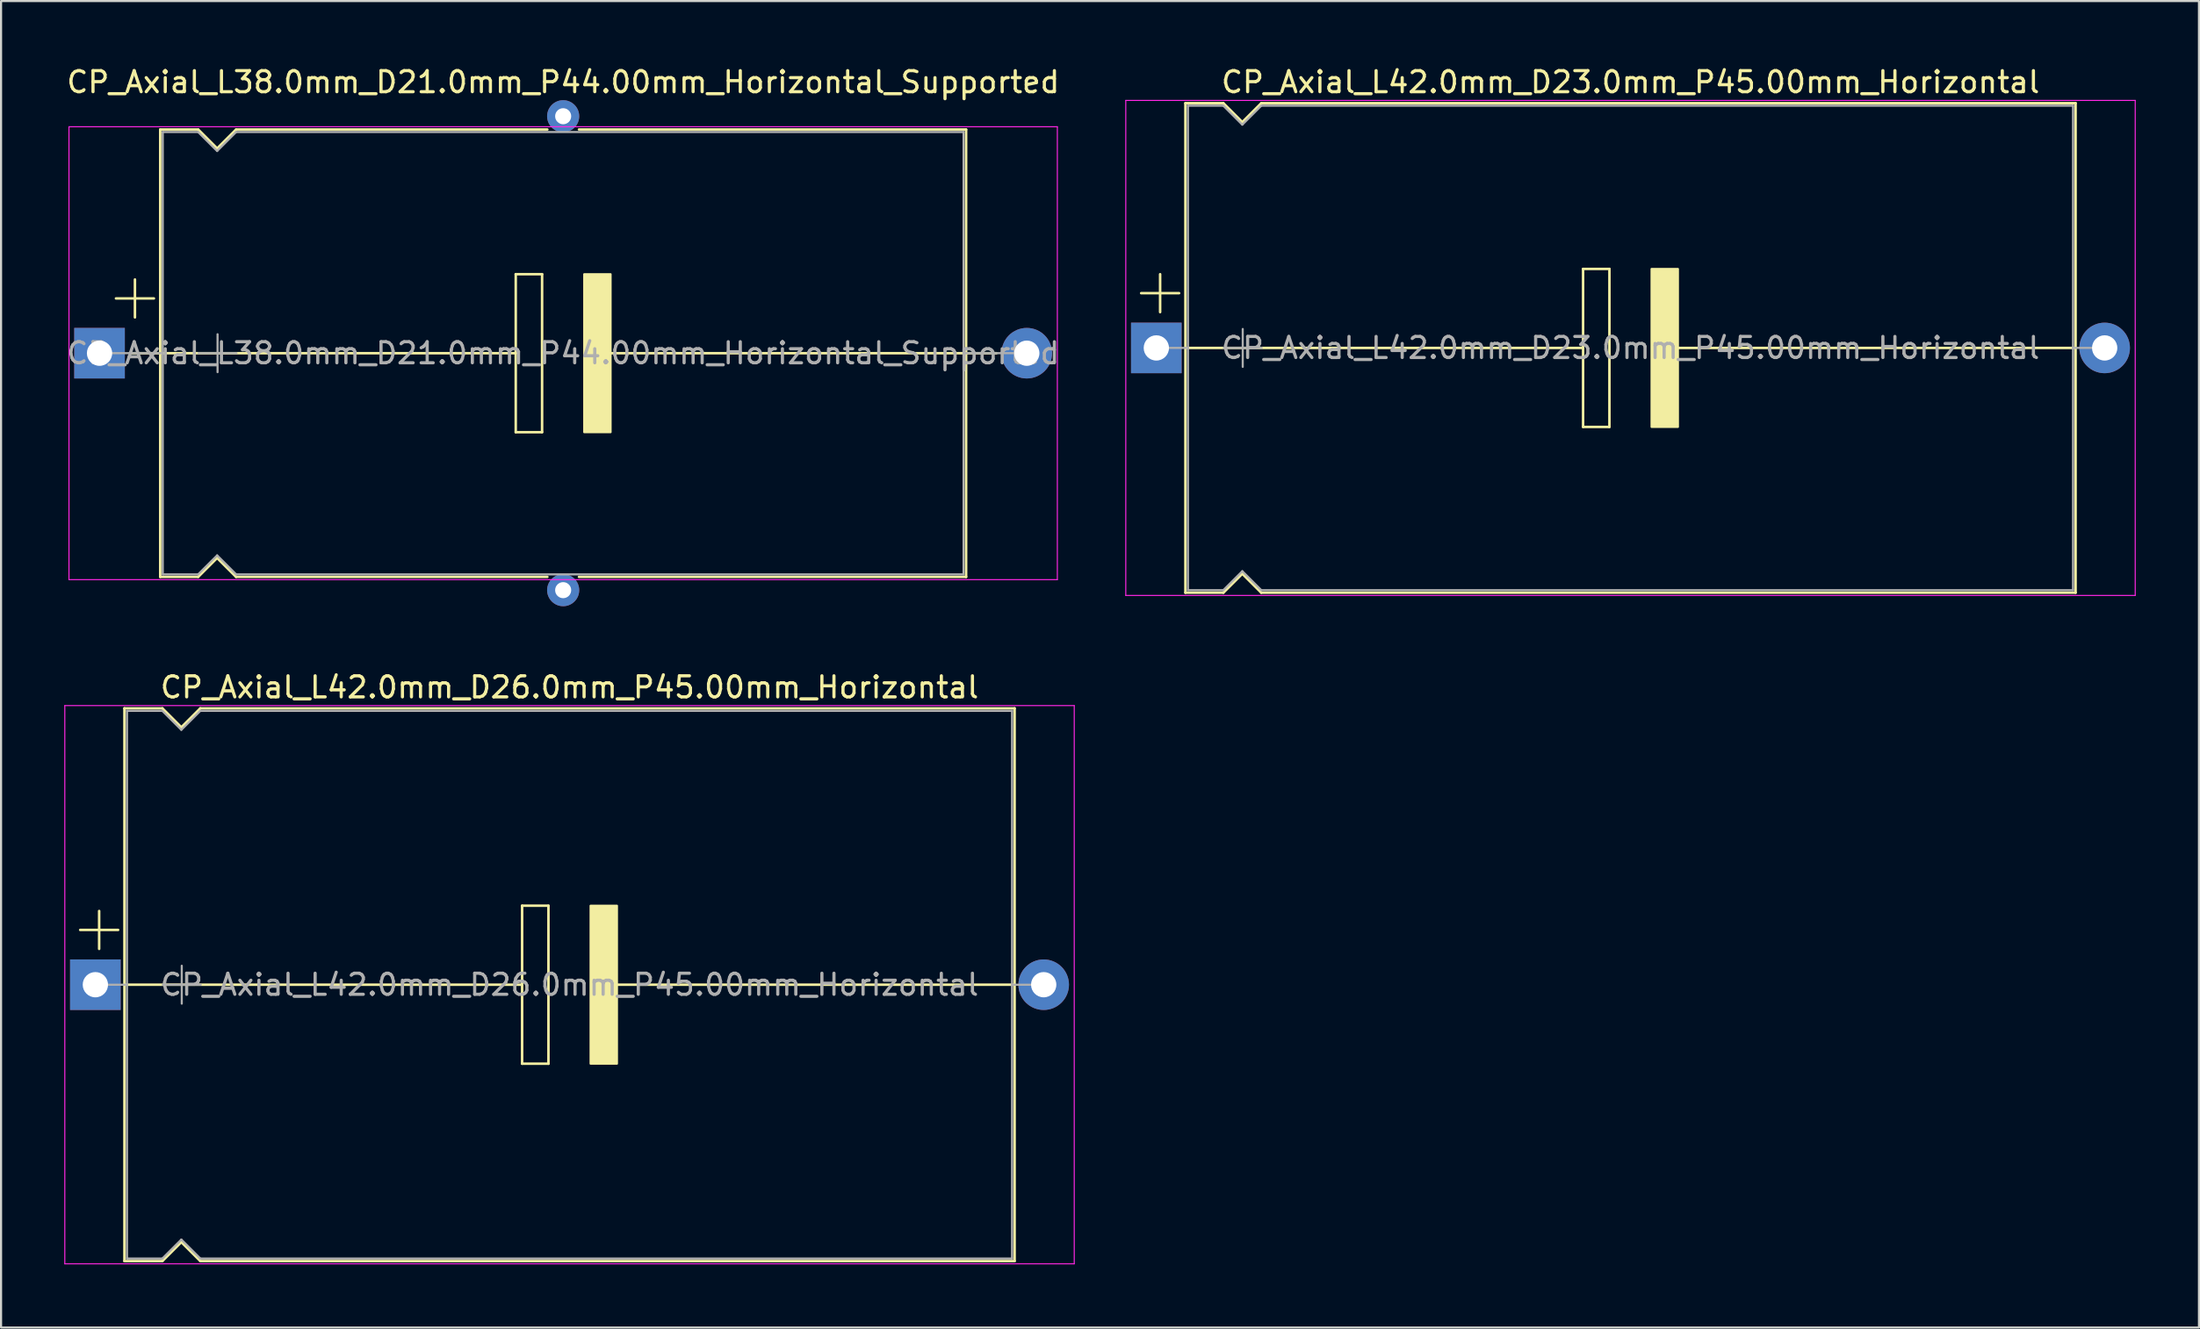
<source format=kicad_pcb>
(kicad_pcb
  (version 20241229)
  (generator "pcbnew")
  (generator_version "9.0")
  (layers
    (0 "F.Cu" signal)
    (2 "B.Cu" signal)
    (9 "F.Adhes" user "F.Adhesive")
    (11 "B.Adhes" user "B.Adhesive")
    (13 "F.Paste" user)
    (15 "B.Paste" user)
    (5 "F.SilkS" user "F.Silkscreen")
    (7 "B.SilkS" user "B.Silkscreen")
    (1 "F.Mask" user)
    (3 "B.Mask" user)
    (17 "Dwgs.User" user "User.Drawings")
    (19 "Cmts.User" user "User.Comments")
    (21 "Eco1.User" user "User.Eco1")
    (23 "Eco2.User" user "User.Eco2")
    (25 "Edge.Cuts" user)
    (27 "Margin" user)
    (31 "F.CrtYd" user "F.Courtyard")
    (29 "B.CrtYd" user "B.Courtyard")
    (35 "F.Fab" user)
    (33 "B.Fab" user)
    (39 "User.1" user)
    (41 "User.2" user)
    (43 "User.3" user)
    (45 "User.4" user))
  (footprint "CP_Axial_L38.0mm_D21.0mm_P44.00mm_Horizontal_Supported"
    (layer "F.Cu")
    (at 1.673 13.718)
    (property "Reference" "CP_Axial_L38.0mm_D21.0mm_P44.00mm_Horizontal_Supported" (at 22 -12.87 0) (layer "F.SilkS") (effects (font (size 1 1) (thickness 0.15))))
    (attr through_hole)
    (fp_line (start 0.78 -2.6) (end 2.58 -2.6) (stroke (width 0.12) (type solid)) (layer "F.SilkS"))
    (fp_line (start 1.44 0) (end 2.88 0) (stroke (width 0.12) (type solid)) (layer "F.SilkS"))
    (fp_line (start 1.68 -3.5) (end 1.68 -1.7) (stroke (width 0.12) (type solid)) (layer "F.SilkS"))
    (fp_line (start 2.88 -10.62) (end 2.88 10.62) (stroke (width 0.12) (type solid)) (layer "F.SilkS"))
    (fp_line (start 2.88 -10.62) (end 4.68 -10.62) (stroke (width 0.12) (type solid)) (layer "F.SilkS"))
    (fp_line (start 2.88 0) (end 19.75 0) (stroke (width 0.12) (type solid)) (layer "F.SilkS"))
    (fp_line (start 2.88 10.62) (end 4.68 10.62) (stroke (width 0.12) (type solid)) (layer "F.SilkS"))
    (fp_line (start 4.68 -10.62) (end 5.58 -9.72) (stroke (width 0.12) (type solid)) (layer "F.SilkS"))
    (fp_line (start 4.68 10.62) (end 5.58 9.72) (stroke (width 0.12) (type solid)) (layer "F.SilkS"))
    (fp_line (start 5.58 -9.72) (end 6.48 -10.62) (stroke (width 0.12) (type solid)) (layer "F.SilkS"))
    (fp_line (start 5.58 9.72) (end 6.48 10.62) (stroke (width 0.12) (type solid)) (layer "F.SilkS"))
    (fp_line (start 6.48 -10.62) (end 21.25 -10.62) (stroke (width 0.12) (type solid)) (layer "F.SilkS"))
    (fp_line (start 6.48 10.62) (end 21.25 10.62) (stroke (width 0.12) (type solid)) (layer "F.SilkS"))
    (fp_line (start 19.75 -3.75) (end 21 -3.75) (stroke (width 0.12) (type solid)) (layer "F.SilkS"))
    (fp_line (start 19.75 0) (end 19.75 -3.75) (stroke (width 0.12) (type solid)) (layer "F.SilkS"))
    (fp_line (start 19.75 3.75) (end 19.75 0) (stroke (width 0.12) (type solid)) (layer "F.SilkS"))
    (fp_line (start 21 -3.75) (end 21 3.75) (stroke (width 0.12) (type solid)) (layer "F.SilkS"))
    (fp_line (start 21 3.75) (end 19.75 3.75) (stroke (width 0.12) (type solid)) (layer "F.SilkS"))
    (fp_line (start 22.75 -10.62) (end 41.12 -10.62) (stroke (width 0.12) (type solid)) (layer "F.SilkS"))
    (fp_line (start 22.75 10.62) (end 41.12 10.62) (stroke (width 0.12) (type solid)) (layer "F.SilkS"))
    (fp_line (start 24.25 0) (end 41.12 0) (stroke (width 0.12) (type solid)) (layer "F.SilkS"))
    (fp_line (start 41.12 -10.62) (end 41.12 10.62) (stroke (width 0.12) (type solid)) (layer "F.SilkS"))
    (fp_line (start 42.56 0) (end 41.12 0) (stroke (width 0.12) (type solid)) (layer "F.SilkS"))
    (fp_poly (pts (xy 24.25 3.75) (xy 23 3.75) (xy 23 -3.75) (xy 24.25 -3.75)) (stroke (width 0.1) (type solid)) (fill yes) (layer "F.SilkS"))
    (fp_line (start -1.45 -10.75) (end -1.45 10.75) (stroke (width 0.05) (type solid)) (layer "F.CrtYd"))
    (fp_line (start -1.45 10.75) (end 45.45 10.75) (stroke (width 0.05) (type solid)) (layer "F.CrtYd"))
    (fp_line (start 45.45 -10.75) (end -1.45 -10.75) (stroke (width 0.05) (type solid)) (layer "F.CrtYd"))
    (fp_line (start 45.45 10.75) (end 45.45 -10.75) (stroke (width 0.05) (type solid)) (layer "F.CrtYd"))
    (fp_line (start 0 0) (end 3 0) (stroke (width 0.1) (type solid)) (layer "F.Fab"))
    (fp_line (start 3 -10.5) (end 3 10.5) (stroke (width 0.1) (type solid)) (layer "F.Fab"))
    (fp_line (start 3 -10.5) (end 4.68 -10.5) (stroke (width 0.1) (type solid)) (layer "F.Fab"))
    (fp_line (start 3 10.5) (end 4.68 10.5) (stroke (width 0.1) (type solid)) (layer "F.Fab"))
    (fp_line (start 4.68 -10.5) (end 5.58 -9.6) (stroke (width 0.1) (type solid)) (layer "F.Fab"))
    (fp_line (start 4.68 10.5) (end 5.58 9.6) (stroke (width 0.1) (type solid)) (layer "F.Fab"))
    (fp_line (start 4.7 0) (end 6.5 0) (stroke (width 0.1) (type solid)) (layer "F.Fab"))
    (fp_line (start 5.58 -9.6) (end 6.48 -10.5) (stroke (width 0.1) (type solid)) (layer "F.Fab"))
    (fp_line (start 5.58 9.6) (end 6.48 10.5) (stroke (width 0.1) (type solid)) (layer "F.Fab"))
    (fp_line (start 5.6 -0.9) (end 5.6 0.9) (stroke (width 0.1) (type solid)) (layer "F.Fab"))
    (fp_line (start 6.48 -10.5) (end 41 -10.5) (stroke (width 0.1) (type solid)) (layer "F.Fab"))
    (fp_line (start 6.48 10.5) (end 41 10.5) (stroke (width 0.1) (type solid)) (layer "F.Fab"))
    (fp_line (start 41 -10.5) (end 41 10.5) (stroke (width 0.1) (type solid)) (layer "F.Fab"))
    (fp_line (start 44 0) (end 41 0) (stroke (width 0.1) (type solid)) (layer "F.Fab"))
    (fp_text user "${REFERENCE}" (at 22 0 0) (layer "F.Fab") (effects (font (size 1 1) (thickness 0.15))))
    (pad "" thru_hole circle (at 22 -11.25) (size 1.524 1.524) (drill 0.762) (layers "*.Cu" "*.Mask"))
    (pad "" thru_hole circle (at 22 11.25) (size 1.524 1.524) (drill 0.762) (layers "*.Cu" "*.Mask"))
    (pad "1" thru_hole rect (at 0 0) (size 2.4 2.4) (drill 1.2) (layers "*.Cu" "*.Mask"))
    (pad "2" thru_hole oval (at 44 0) (size 2.4 2.4) (drill 1.2) (layers "*.Cu" "*.Mask")))
  (footprint "CP_Axial_L42.0mm_D26.0mm_P45.00mm_Horizontal"
    (layer "F.Cu")
    (at 1.475 43.699)
    (property "Reference" "CP_Axial_L42.0mm_D26.0mm_P45.00mm_Horizontal" (at 22.5 -14.12 0) (layer "F.SilkS") (effects (font (size 1 1) (thickness 0.15))))
    (attr through_hole)
    (fp_line (start -0.72 -2.6) (end 1.08 -2.6) (stroke (width 0.12) (type solid)) (layer "F.SilkS"))
    (fp_line (start 0.18 -3.5) (end 0.18 -1.7) (stroke (width 0.12) (type solid)) (layer "F.SilkS"))
    (fp_line (start 1.38 -13.12) (end 1.38 13.12) (stroke (width 0.12) (type solid)) (layer "F.SilkS"))
    (fp_line (start 1.38 -13.12) (end 3.18 -13.12) (stroke (width 0.12) (type solid)) (layer "F.SilkS"))
    (fp_line (start 1.38 13.12) (end 3.18 13.12) (stroke (width 0.12) (type solid)) (layer "F.SilkS"))
    (fp_line (start 1.397 0) (end 20.25 0) (stroke (width 0.12) (type solid)) (layer "F.SilkS"))
    (fp_line (start 3.18 -13.12) (end 4.08 -12.22) (stroke (width 0.12) (type solid)) (layer "F.SilkS"))
    (fp_line (start 3.18 13.12) (end 4.08 12.22) (stroke (width 0.12) (type solid)) (layer "F.SilkS"))
    (fp_line (start 4.08 -12.22) (end 4.98 -13.12) (stroke (width 0.12) (type solid)) (layer "F.SilkS"))
    (fp_line (start 4.08 12.22) (end 4.98 13.12) (stroke (width 0.12) (type solid)) (layer "F.SilkS"))
    (fp_line (start 4.98 -13.12) (end 43.62 -13.12) (stroke (width 0.12) (type solid)) (layer "F.SilkS"))
    (fp_line (start 4.98 13.12) (end 43.62 13.12) (stroke (width 0.12) (type solid)) (layer "F.SilkS"))
    (fp_line (start 20.25 -3.75) (end 21.5 -3.75) (stroke (width 0.12) (type solid)) (layer "F.SilkS"))
    (fp_line (start 20.25 0) (end 20.25 -3.75) (stroke (width 0.12) (type solid)) (layer "F.SilkS"))
    (fp_line (start 20.25 3.75) (end 20.25 0) (stroke (width 0.12) (type solid)) (layer "F.SilkS"))
    (fp_line (start 21.5 -3.75) (end 21.5 3.75) (stroke (width 0.12) (type solid)) (layer "F.SilkS"))
    (fp_line (start 21.5 3.75) (end 20.25 3.75) (stroke (width 0.12) (type solid)) (layer "F.SilkS"))
    (fp_line (start 24.75 0) (end 43.561 0) (stroke (width 0.12) (type solid)) (layer "F.SilkS"))
    (fp_line (start 43.62 -13.12) (end 43.62 13.12) (stroke (width 0.12) (type solid)) (layer "F.SilkS"))
    (fp_poly (pts (xy 24.75 3.75) (xy 23.5 3.75) (xy 23.5 -3.75) (xy 24.75 -3.75)) (stroke (width 0.1) (type solid)) (fill yes) (layer "F.SilkS"))
    (fp_line (start -1.45 -13.25) (end -1.45 13.25) (stroke (width 0.05) (type solid)) (layer "F.CrtYd"))
    (fp_line (start -1.45 13.25) (end 46.45 13.25) (stroke (width 0.05) (type solid)) (layer "F.CrtYd"))
    (fp_line (start 46.45 -13.25) (end -1.45 -13.25) (stroke (width 0.05) (type solid)) (layer "F.CrtYd"))
    (fp_line (start 46.45 13.25) (end 46.45 -13.25) (stroke (width 0.05) (type solid)) (layer "F.CrtYd"))
    (fp_line (start 0 0) (end 1.5 0) (stroke (width 0.1) (type solid)) (layer "F.Fab"))
    (fp_line (start 1.5 -13) (end 1.5 13) (stroke (width 0.1) (type solid)) (layer "F.Fab"))
    (fp_line (start 1.5 -13) (end 3.18 -13) (stroke (width 0.1) (type solid)) (layer "F.Fab"))
    (fp_line (start 1.5 13) (end 3.18 13) (stroke (width 0.1) (type solid)) (layer "F.Fab"))
    (fp_line (start 3.18 -13) (end 4.08 -12.1) (stroke (width 0.1) (type solid)) (layer "F.Fab"))
    (fp_line (start 3.18 13) (end 4.08 12.1) (stroke (width 0.1) (type solid)) (layer "F.Fab"))
    (fp_line (start 3.2 0) (end 5 0) (stroke (width 0.1) (type solid)) (layer "F.Fab"))
    (fp_line (start 4.08 -12.1) (end 4.98 -13) (stroke (width 0.1) (type solid)) (layer "F.Fab"))
    (fp_line (start 4.08 12.1) (end 4.98 13) (stroke (width 0.1) (type solid)) (layer "F.Fab"))
    (fp_line (start 4.1 -0.9) (end 4.1 0.9) (stroke (width 0.1) (type solid)) (layer "F.Fab"))
    (fp_line (start 4.98 -13) (end 43.5 -13) (stroke (width 0.1) (type solid)) (layer "F.Fab"))
    (fp_line (start 4.98 13) (end 43.5 13) (stroke (width 0.1) (type solid)) (layer "F.Fab"))
    (fp_line (start 43.5 -13) (end 43.5 13) (stroke (width 0.1) (type solid)) (layer "F.Fab"))
    (fp_line (start 45 0) (end 43.5 0) (stroke (width 0.1) (type solid)) (layer "F.Fab"))
    (fp_text user "${REFERENCE}" (at 22.5 0 0) (layer "F.Fab") (effects (font (size 1 1) (thickness 0.15))))
    (pad "1" thru_hole rect (at 0 0) (size 2.4 2.4) (drill 1.2) (layers "*.Cu" "*.Mask"))
    (pad "2" thru_hole oval (at 45 0) (size 2.4 2.4) (drill 1.2) (layers "*.Cu" "*.Mask")))
  (footprint "CP_Axial_L42.0mm_D23.0mm_P45.00mm_Horizontal"
    (layer "F.Cu")
    (at 51.82 13.468)
    (property "Reference" "CP_Axial_L42.0mm_D23.0mm_P45.00mm_Horizontal" (at 22.5 -12.62 0) (layer "F.SilkS") (effects (font (size 1 1) (thickness 0.15))))
    (attr through_hole)
    (fp_line (start -0.72 -2.6) (end 1.08 -2.6) (stroke (width 0.12) (type solid)) (layer "F.SilkS"))
    (fp_line (start 0.18 -3.5) (end 0.18 -1.7) (stroke (width 0.12) (type solid)) (layer "F.SilkS"))
    (fp_line (start 1.38 -11.62) (end 1.38 11.62) (stroke (width 0.12) (type solid)) (layer "F.SilkS"))
    (fp_line (start 1.38 -11.62) (end 3.18 -11.62) (stroke (width 0.12) (type solid)) (layer "F.SilkS"))
    (fp_line (start 1.38 11.62) (end 3.18 11.62) (stroke (width 0.12) (type solid)) (layer "F.SilkS"))
    (fp_line (start 1.397 0) (end 20.25 0) (stroke (width 0.12) (type solid)) (layer "F.SilkS"))
    (fp_line (start 3.18 -11.62) (end 4.08 -10.72) (stroke (width 0.12) (type solid)) (layer "F.SilkS"))
    (fp_line (start 3.18 11.62) (end 4.08 10.72) (stroke (width 0.12) (type solid)) (layer "F.SilkS"))
    (fp_line (start 4.08 -10.72) (end 4.98 -11.62) (stroke (width 0.12) (type solid)) (layer "F.SilkS"))
    (fp_line (start 4.08 10.72) (end 4.98 11.62) (stroke (width 0.12) (type solid)) (layer "F.SilkS"))
    (fp_line (start 4.98 -11.62) (end 43.62 -11.62) (stroke (width 0.12) (type solid)) (layer "F.SilkS"))
    (fp_line (start 4.98 11.62) (end 43.62 11.62) (stroke (width 0.12) (type solid)) (layer "F.SilkS"))
    (fp_line (start 20.25 -3.75) (end 21.5 -3.75) (stroke (width 0.12) (type solid)) (layer "F.SilkS"))
    (fp_line (start 20.25 0) (end 20.25 -3.75) (stroke (width 0.12) (type solid)) (layer "F.SilkS"))
    (fp_line (start 20.25 3.75) (end 20.25 0) (stroke (width 0.12) (type solid)) (layer "F.SilkS"))
    (fp_line (start 21.5 -3.75) (end 21.5 3.75) (stroke (width 0.12) (type solid)) (layer "F.SilkS"))
    (fp_line (start 21.5 3.75) (end 20.25 3.75) (stroke (width 0.12) (type solid)) (layer "F.SilkS"))
    (fp_line (start 24.75 0) (end 43.561 0) (stroke (width 0.12) (type solid)) (layer "F.SilkS"))
    (fp_line (start 43.62 -11.62) (end 43.62 11.62) (stroke (width 0.12) (type solid)) (layer "F.SilkS"))
    (fp_poly (pts (xy 24.75 3.75) (xy 23.5 3.75) (xy 23.5 -3.75) (xy 24.75 -3.75)) (stroke (width 0.1) (type solid)) (fill yes) (layer "F.SilkS"))
    (fp_line (start -1.45 -11.75) (end -1.45 11.75) (stroke (width 0.05) (type solid)) (layer "F.CrtYd"))
    (fp_line (start -1.45 11.75) (end 46.45 11.75) (stroke (width 0.05) (type solid)) (layer "F.CrtYd"))
    (fp_line (start 46.45 -11.75) (end -1.45 -11.75) (stroke (width 0.05) (type solid)) (layer "F.CrtYd"))
    (fp_line (start 46.45 11.75) (end 46.45 -11.75) (stroke (width 0.05) (type solid)) (layer "F.CrtYd"))
    (fp_line (start 0 0) (end 1.5 0) (stroke (width 0.1) (type solid)) (layer "F.Fab"))
    (fp_line (start 1.5 -11.5) (end 1.5 11.5) (stroke (width 0.1) (type solid)) (layer "F.Fab"))
    (fp_line (start 1.5 -11.5) (end 3.18 -11.5) (stroke (width 0.1) (type solid)) (layer "F.Fab"))
    (fp_line (start 1.5 11.5) (end 3.18 11.5) (stroke (width 0.1) (type solid)) (layer "F.Fab"))
    (fp_line (start 3.18 -11.5) (end 4.08 -10.6) (stroke (width 0.1) (type solid)) (layer "F.Fab"))
    (fp_line (start 3.18 11.5) (end 4.08 10.6) (stroke (width 0.1) (type solid)) (layer "F.Fab"))
    (fp_line (start 3.2 0) (end 5 0) (stroke (width 0.1) (type solid)) (layer "F.Fab"))
    (fp_line (start 4.08 -10.6) (end 4.98 -11.5) (stroke (width 0.1) (type solid)) (layer "F.Fab"))
    (fp_line (start 4.08 10.6) (end 4.98 11.5) (stroke (width 0.1) (type solid)) (layer "F.Fab"))
    (fp_line (start 4.1 -0.9) (end 4.1 0.9) (stroke (width 0.1) (type solid)) (layer "F.Fab"))
    (fp_line (start 4.98 -11.5) (end 43.5 -11.5) (stroke (width 0.1) (type solid)) (layer "F.Fab"))
    (fp_line (start 4.98 11.5) (end 43.5 11.5) (stroke (width 0.1) (type solid)) (layer "F.Fab"))
    (fp_line (start 43.5 -11.5) (end 43.5 11.5) (stroke (width 0.1) (type solid)) (layer "F.Fab"))
    (fp_line (start 45 0) (end 43.5 0) (stroke (width 0.1) (type solid)) (layer "F.Fab"))
    (fp_text user "${REFERENCE}" (at 22.5 0 0) (layer "F.Fab") (effects (font (size 1 1) (thickness 0.15))))
    (pad "1" thru_hole rect (at 0 0) (size 2.4 2.4) (drill 1.2) (layers "*.Cu" "*.Mask"))
    (pad "2" thru_hole oval (at 45 0) (size 2.4 2.4) (drill 1.2) (layers "*.Cu" "*.Mask")))
  (gr_rect
    (start -3 -3)
    (end 101.295 59.974)
    (stroke (width 0.1) (type default))
    (fill no)
    (layer "Edge.Cuts")))
</source>
